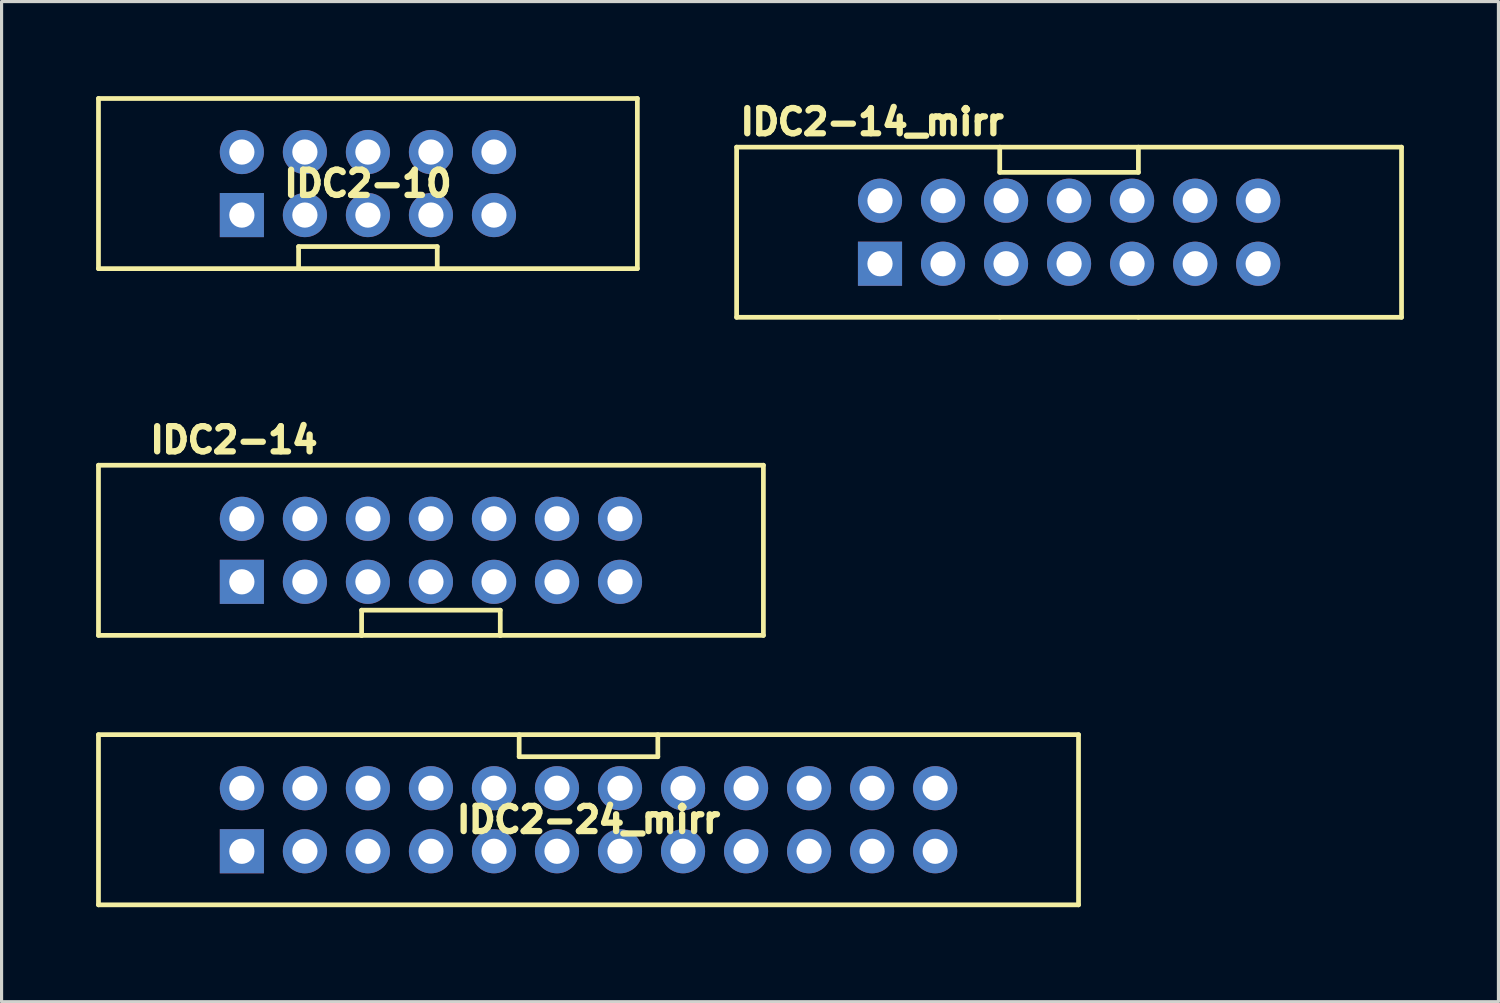
<source format=kicad_pcb>
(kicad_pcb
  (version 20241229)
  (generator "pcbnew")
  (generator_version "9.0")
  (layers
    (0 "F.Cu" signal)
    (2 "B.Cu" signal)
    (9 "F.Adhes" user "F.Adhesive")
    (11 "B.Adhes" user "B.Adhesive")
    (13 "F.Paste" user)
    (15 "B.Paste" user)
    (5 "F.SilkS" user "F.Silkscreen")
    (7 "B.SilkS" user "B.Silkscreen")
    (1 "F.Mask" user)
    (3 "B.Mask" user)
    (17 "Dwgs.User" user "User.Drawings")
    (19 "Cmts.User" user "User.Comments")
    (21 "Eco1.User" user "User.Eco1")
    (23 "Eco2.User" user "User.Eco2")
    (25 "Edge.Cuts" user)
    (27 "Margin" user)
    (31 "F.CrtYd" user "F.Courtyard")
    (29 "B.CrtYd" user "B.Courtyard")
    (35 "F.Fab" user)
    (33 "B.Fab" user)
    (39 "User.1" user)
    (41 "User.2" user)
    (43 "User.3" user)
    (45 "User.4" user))
  (footprint "IDC2-24_mirr"
    (layer "F.Cu")
    (at 15.625 22.963)
    (property "Reference" "IDC2-24_mirr" (at 0 0 0) (layer "F.SilkS") (effects (font (size 0.8 0.8) (thickness 0.2))))
    (attr through_hole)
    (fp_line (start -15.55 2.7) (end -15.55 -2.7) (stroke (width 0.15) (type solid)) (layer "F.SilkS"))
    (fp_line (start -2.2 -2) (end -2.2 -2.7) (stroke (width 0.15) (type solid)) (layer "F.SilkS"))
    (fp_line (start 2.2 -2) (end -2.2 -2) (stroke (width 0.15) (type solid)) (layer "F.SilkS"))
    (fp_line (start 2.2 -2) (end 2.2 -2.7) (stroke (width 0.15) (type solid)) (layer "F.SilkS"))
    (fp_line (start 15.55 -2.7) (end -15.55 -2.7) (stroke (width 0.15) (type solid)) (layer "F.SilkS"))
    (fp_line (start 15.55 2.7) (end -15.55 2.7) (stroke (width 0.15) (type solid)) (layer "F.SilkS"))
    (fp_line (start 15.55 2.7) (end 15.55 -2.7) (stroke (width 0.15) (type solid)) (layer "F.SilkS"))
    (pad "1" thru_hole rect (at -11 1) (size 1.4 1.4) (drill 0.8) (layers "*.Cu" "*.Mask"))
    (pad "2" thru_hole circle (at -11 -1) (size 1.4 1.4) (drill 0.8) (layers "*.Cu" "*.Mask"))
    (pad "3" thru_hole circle (at -9 1) (size 1.4 1.4) (drill 0.8) (layers "*.Cu" "*.Mask"))
    (pad "4" thru_hole circle (at -9 -1) (size 1.4 1.4) (drill 0.8) (layers "*.Cu" "*.Mask"))
    (pad "5" thru_hole circle (at -7 1) (size 1.4 1.4) (drill 0.8) (layers "*.Cu" "*.Mask"))
    (pad "6" thru_hole circle (at -7 -1) (size 1.4 1.4) (drill 0.8) (layers "*.Cu" "*.Mask"))
    (pad "7" thru_hole circle (at -5 1) (size 1.4 1.4) (drill 0.8) (layers "*.Cu" "*.Mask"))
    (pad "8" thru_hole circle (at -5 -1) (size 1.4 1.4) (drill 0.8) (layers "*.Cu" "*.Mask"))
    (pad "9" thru_hole circle (at -3 1) (size 1.4 1.4) (drill 0.8) (layers "*.Cu" "*.Mask"))
    (pad "10" thru_hole circle (at -3 -1) (size 1.4 1.4) (drill 0.8) (layers "*.Cu" "*.Mask"))
    (pad "11" thru_hole circle (at -1 1) (size 1.4 1.4) (drill 0.8) (layers "*.Cu" "*.Mask"))
    (pad "12" thru_hole circle (at -1 -1) (size 1.4 1.4) (drill 0.8) (layers "*.Cu" "*.Mask"))
    (pad "13" thru_hole circle (at 1 1) (size 1.4 1.4) (drill 0.8) (layers "*.Cu" "*.Mask"))
    (pad "14" thru_hole circle (at 1 -1) (size 1.4 1.4) (drill 0.8) (layers "*.Cu" "*.Mask"))
    (pad "15" thru_hole circle (at 3 1) (size 1.4 1.4) (drill 0.8) (layers "*.Cu" "*.Mask"))
    (pad "16" thru_hole circle (at 3 -1) (size 1.4 1.4) (drill 0.8) (layers "*.Cu" "*.Mask"))
    (pad "17" thru_hole circle (at 5 1) (size 1.4 1.4) (drill 0.8) (layers "*.Cu" "*.Mask"))
    (pad "18" thru_hole circle (at 5 -1) (size 1.4 1.4) (drill 0.8) (layers "*.Cu" "*.Mask"))
    (pad "19" thru_hole circle (at 7 1) (size 1.4 1.4) (drill 0.8) (layers "*.Cu" "*.Mask"))
    (pad "20" thru_hole circle (at 7 -1) (size 1.4 1.4) (drill 0.8) (layers "*.Cu" "*.Mask"))
    (pad "21" thru_hole circle (at 9 1) (size 1.4 1.4) (drill 0.8) (layers "*.Cu" "*.Mask"))
    (pad "22" thru_hole circle (at 9 -1) (size 1.4 1.4) (drill 0.8) (layers "*.Cu" "*.Mask"))
    (pad "23" thru_hole circle (at 11 1) (size 1.4 1.4) (drill 0.8) (layers "*.Cu" "*.Mask"))
    (pad "24" thru_hole circle (at 11 -1) (size 1.4 1.4) (drill 0.8) (layers "*.Cu" "*.Mask")))
  (footprint "IDC2-10"
    (layer "F.Cu")
    (at 8.625 2.775)
    (property "Reference" "IDC2-10" (at 0 0 0) (layer "F.SilkS") (effects (font (size 0.8 0.8) (thickness 0.2))))
    (attr through_hole)
    (fp_line (start -8.55 2.7) (end -8.55 -2.7) (stroke (width 0.15) (type solid)) (layer "F.SilkS"))
    (fp_line (start -8.55 2.7) (end 8.55 2.7) (stroke (width 0.15) (type solid)) (layer "F.SilkS"))
    (fp_line (start -2.2 2) (end -2.2 2.7) (stroke (width 0.15) (type solid)) (layer "F.SilkS"))
    (fp_line (start 2.2 2) (end -2.2 2) (stroke (width 0.15) (type solid)) (layer "F.SilkS"))
    (fp_line (start 2.2 2) (end 2.2 2.7) (stroke (width 0.15) (type solid)) (layer "F.SilkS"))
    (fp_line (start 8.55 -2.7) (end -8.55 -2.7) (stroke (width 0.15) (type solid)) (layer "F.SilkS"))
    (fp_line (start 8.55 2.7) (end 8.55 -2.7) (stroke (width 0.15) (type solid)) (layer "F.SilkS"))
    (pad "1" thru_hole rect (at -4 1) (size 1.4 1.4) (drill 0.8) (layers "*.Cu" "*.Mask"))
    (pad "2" thru_hole circle (at -4 -1) (size 1.4 1.4) (drill 0.8) (layers "*.Cu" "*.Mask"))
    (pad "3" thru_hole circle (at -2 1) (size 1.4 1.4) (drill 0.8) (layers "*.Cu" "*.Mask"))
    (pad "4" thru_hole circle (at -2 -1) (size 1.4 1.4) (drill 0.8) (layers "*.Cu" "*.Mask"))
    (pad "5" thru_hole circle (at 0 1) (size 1.4 1.4) (drill 0.8) (layers "*.Cu" "*.Mask"))
    (pad "6" thru_hole circle (at 0 -1) (size 1.4 1.4) (drill 0.8) (layers "*.Cu" "*.Mask"))
    (pad "7" thru_hole circle (at 2 1) (size 1.4 1.4) (drill 0.8) (layers "*.Cu" "*.Mask"))
    (pad "8" thru_hole circle (at 2 -1) (size 1.4 1.4) (drill 0.8) (layers "*.Cu" "*.Mask"))
    (pad "9" thru_hole circle (at 4 1) (size 1.4 1.4) (drill 0.8) (layers "*.Cu" "*.Mask"))
    (pad "10" thru_hole circle (at 4 -1) (size 1.4 1.4) (drill 0.8) (layers "*.Cu" "*.Mask")))
  (footprint "IDC2-14_mirr"
    (layer "F.Cu")
    (at 30.875 4.319)
    (property "Reference" "IDC2-14_mirr" (at -6.25 -3.5 0) (layer "F.SilkS") (effects (font (size 0.8 0.8) (thickness 0.2))))
    (attr through_hole)
    (fp_line (start -10.55 2.7) (end -10.55 -2.7) (stroke (width 0.15) (type solid)) (layer "F.SilkS"))
    (fp_line (start -10.55 2.7) (end -2.2 2.7) (stroke (width 0.15) (type solid)) (layer "F.SilkS"))
    (fp_line (start -2.2 -1.9) (end -2.2 -2.7) (stroke (width 0.15) (type solid)) (layer "F.SilkS"))
    (fp_line (start 2.2 -1.9) (end -2.2 -1.9) (stroke (width 0.15) (type solid)) (layer "F.SilkS"))
    (fp_line (start 2.2 -1.9) (end 2.2 -2.7) (stroke (width 0.15) (type solid)) (layer "F.SilkS"))
    (fp_line (start 2.2 2.7) (end -2.2 2.7) (stroke (width 0.15) (type solid)) (layer "F.SilkS"))
    (fp_line (start 10.55 -2.7) (end -10.55 -2.7) (stroke (width 0.15) (type solid)) (layer "F.SilkS"))
    (fp_line (start 10.55 2.7) (end 2.2 2.7) (stroke (width 0.15) (type solid)) (layer "F.SilkS"))
    (fp_line (start 10.55 2.7) (end 10.55 -2.7) (stroke (width 0.15) (type solid)) (layer "F.SilkS"))
    (pad "1" thru_hole rect (at -6 1) (size 1.4 1.4) (drill 0.8) (layers "*.Cu" "*.Mask"))
    (pad "2" thru_hole circle (at -6 -1) (size 1.4 1.4) (drill 0.8) (layers "*.Cu" "*.Mask"))
    (pad "3" thru_hole circle (at -4 1) (size 1.4 1.4) (drill 0.8) (layers "*.Cu" "*.Mask"))
    (pad "4" thru_hole circle (at -4 -1) (size 1.4 1.4) (drill 0.8) (layers "*.Cu" "*.Mask"))
    (pad "5" thru_hole circle (at -2 1) (size 1.4 1.4) (drill 0.8) (layers "*.Cu" "*.Mask"))
    (pad "6" thru_hole circle (at -2 -1) (size 1.4 1.4) (drill 0.8) (layers "*.Cu" "*.Mask"))
    (pad "7" thru_hole circle (at 0 1) (size 1.4 1.4) (drill 0.8) (layers "*.Cu" "*.Mask"))
    (pad "8" thru_hole circle (at 0 -1) (size 1.4 1.4) (drill 0.8) (layers "*.Cu" "*.Mask"))
    (pad "9" thru_hole circle (at 2 1) (size 1.4 1.4) (drill 0.8) (layers "*.Cu" "*.Mask"))
    (pad "10" thru_hole circle (at 2 -1) (size 1.4 1.4) (drill 0.8) (layers "*.Cu" "*.Mask"))
    (pad "11" thru_hole circle (at 4 1) (size 1.4 1.4) (drill 0.8) (layers "*.Cu" "*.Mask"))
    (pad "12" thru_hole circle (at 4 -1) (size 1.4 1.4) (drill 0.8) (layers "*.Cu" "*.Mask"))
    (pad "13" thru_hole circle (at 6 1) (size 1.4 1.4) (drill 0.8) (layers "*.Cu" "*.Mask"))
    (pad "14" thru_hole circle (at 6 -1) (size 1.4 1.4) (drill 0.8) (layers "*.Cu" "*.Mask")))
  (footprint "IDC2-14"
    (layer "F.Cu")
    (at 10.625 14.413)
    (property "Reference" "IDC2-14" (at -6.25 -3.5 0) (layer "F.SilkS") (effects (font (size 0.8 0.8) (thickness 0.2))))
    (attr through_hole)
    (fp_line (start -10.55 2.7) (end -10.55 -2.7) (stroke (width 0.15) (type solid)) (layer "F.SilkS"))
    (fp_line (start -10.55 2.7) (end -2.2 2.7) (stroke (width 0.15) (type solid)) (layer "F.SilkS"))
    (fp_line (start -2.2 1.9) (end -2.2 2.7) (stroke (width 0.15) (type solid)) (layer "F.SilkS"))
    (fp_line (start 2.2 1.9) (end -2.2 1.9) (stroke (width 0.15) (type solid)) (layer "F.SilkS"))
    (fp_line (start 2.2 1.9) (end 2.2 2.7) (stroke (width 0.15) (type solid)) (layer "F.SilkS"))
    (fp_line (start 2.2 2.7) (end -2.2 2.7) (stroke (width 0.15) (type solid)) (layer "F.SilkS"))
    (fp_line (start 10.55 -2.7) (end -10.55 -2.7) (stroke (width 0.15) (type solid)) (layer "F.SilkS"))
    (fp_line (start 10.55 2.7) (end 2.2 2.7) (stroke (width 0.15) (type solid)) (layer "F.SilkS"))
    (fp_line (start 10.55 2.7) (end 10.55 -2.7) (stroke (width 0.15) (type solid)) (layer "F.SilkS"))
    (pad "1" thru_hole rect (at -6 1) (size 1.4 1.4) (drill 0.8) (layers "*.Cu" "*.Mask"))
    (pad "2" thru_hole circle (at -6 -1) (size 1.4 1.4) (drill 0.8) (layers "*.Cu" "*.Mask"))
    (pad "3" thru_hole circle (at -4 1) (size 1.4 1.4) (drill 0.8) (layers "*.Cu" "*.Mask"))
    (pad "4" thru_hole circle (at -4 -1) (size 1.4 1.4) (drill 0.8) (layers "*.Cu" "*.Mask"))
    (pad "5" thru_hole circle (at -2 1) (size 1.4 1.4) (drill 0.8) (layers "*.Cu" "*.Mask"))
    (pad "6" thru_hole circle (at -2 -1) (size 1.4 1.4) (drill 0.8) (layers "*.Cu" "*.Mask"))
    (pad "7" thru_hole circle (at 0 1) (size 1.4 1.4) (drill 0.8) (layers "*.Cu" "*.Mask"))
    (pad "8" thru_hole circle (at 0 -1) (size 1.4 1.4) (drill 0.8) (layers "*.Cu" "*.Mask"))
    (pad "9" thru_hole circle (at 2 1) (size 1.4 1.4) (drill 0.8) (layers "*.Cu" "*.Mask"))
    (pad "10" thru_hole circle (at 2 -1) (size 1.4 1.4) (drill 0.8) (layers "*.Cu" "*.Mask"))
    (pad "11" thru_hole circle (at 4 1) (size 1.4 1.4) (drill 0.8) (layers "*.Cu" "*.Mask"))
    (pad "12" thru_hole circle (at 4 -1) (size 1.4 1.4) (drill 0.8) (layers "*.Cu" "*.Mask"))
    (pad "13" thru_hole circle (at 6 1) (size 1.4 1.4) (drill 0.8) (layers "*.Cu" "*.Mask"))
    (pad "14" thru_hole circle (at 6 -1) (size 1.4 1.4) (drill 0.8) (layers "*.Cu" "*.Mask")))
  (gr_rect
    (start -3 -3)
    (end 44.5 28.738)
    (stroke (width 0.1) (type default))
    (fill no)
    (layer "Edge.Cuts")))
</source>
